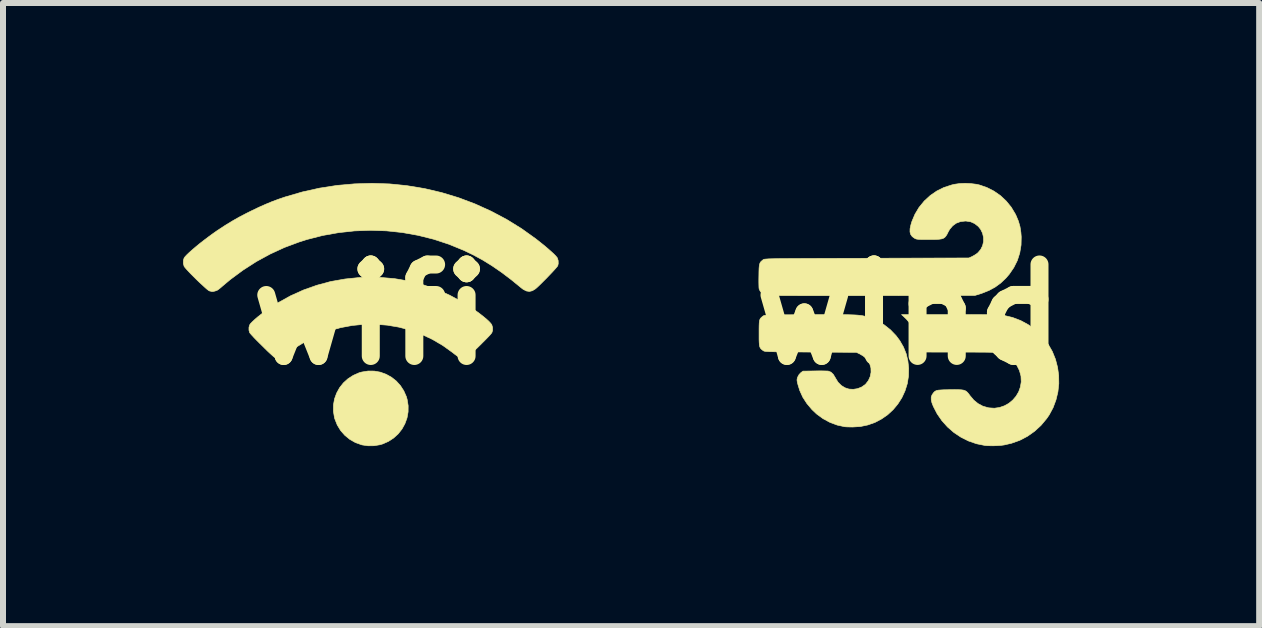
<source format=kicad_pcb>
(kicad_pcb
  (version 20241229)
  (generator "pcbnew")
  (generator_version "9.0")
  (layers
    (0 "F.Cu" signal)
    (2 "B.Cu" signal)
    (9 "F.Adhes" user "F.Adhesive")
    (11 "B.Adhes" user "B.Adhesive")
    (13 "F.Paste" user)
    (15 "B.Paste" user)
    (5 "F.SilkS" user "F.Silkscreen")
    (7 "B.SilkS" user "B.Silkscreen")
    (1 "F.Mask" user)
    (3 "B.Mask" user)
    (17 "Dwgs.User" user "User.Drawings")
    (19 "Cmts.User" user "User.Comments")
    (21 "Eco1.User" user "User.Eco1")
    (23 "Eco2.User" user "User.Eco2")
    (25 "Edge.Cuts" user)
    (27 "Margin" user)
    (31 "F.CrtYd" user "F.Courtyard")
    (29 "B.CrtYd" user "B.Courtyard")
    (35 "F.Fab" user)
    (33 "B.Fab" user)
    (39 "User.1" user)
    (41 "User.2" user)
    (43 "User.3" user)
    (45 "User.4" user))
  (footprint "wifi"
    (layer "F.Cu")
    (at 3.129 2.193)
    (property "Reference" "wifi" (at 0 0 0) (layer "F.SilkS") (effects (font (size 1.524 1.524) (thickness 0.3))))
    (attr board_only exclude_from_pos_files exclude_from_bom)
    (fp_poly (pts (xy 0.058 0.941) (xy 0.159 0.959) (xy 0.255 0.994) (xy 0.344 1.043) (xy 0.424 1.106) (xy 0.493 1.182) (xy 0.55 1.27) (xy 0.593 1.367) (xy 0.606 1.413) (xy 0.623 1.518) (xy 0.622 1.621) (xy 0.604 1.722) (xy 0.569 1.818) (xy 0.52 1.907) (xy 0.457 1.987) (xy 0.381 2.056) (xy 0.294 2.113) (xy 0.196 2.156) (xy 0.15 2.169) (xy 0.054 2.185) (xy -0.046 2.186) (xy -0.142 2.172) (xy -0.154 2.169) (xy -0.257 2.132) (xy -0.35 2.079) (xy -0.433 2.011) (xy -0.503 1.931) (xy -0.559 1.839) (xy -0.599 1.738) (xy -0.606 1.713) (xy -0.623 1.608) (xy -0.622 1.505) (xy -0.604 1.404) (xy -0.569 1.308) (xy -0.52 1.219) (xy -0.457 1.139) (xy -0.381 1.07) (xy -0.293 1.013) (xy -0.196 0.97) (xy -0.15 0.957) (xy -0.045 0.94) (xy 0.058 0.941)) (stroke (width 0.01) (type solid)) (fill yes) (layer "F.SilkS"))
    (fp_poly (pts (xy 0.158 -0.62) (xy 0.398 -0.599) (xy 0.634 -0.559) (xy 0.865 -0.5) (xy 1.091 -0.422) (xy 1.311 -0.325) (xy 1.526 -0.21) (xy 1.537 -0.204) (xy 1.607 -0.161) (xy 1.678 -0.114) (xy 1.748 -0.065) (xy 1.815 -0.016) (xy 1.876 0.032) (xy 1.929 0.076) (xy 1.971 0.115) (xy 2.001 0.148) (xy 2.016 0.169) (xy 2.03 0.215) (xy 2.03 0.263) (xy 2.018 0.301) (xy 2.006 0.317) (xy 1.983 0.344) (xy 1.95 0.379) (xy 1.91 0.42) (xy 1.864 0.466) (xy 1.817 0.513) (xy 1.769 0.56) (xy 1.722 0.605) (xy 1.68 0.644) (xy 1.644 0.677) (xy 1.617 0.7) (xy 1.601 0.712) (xy 1.599 0.713) (xy 1.563 0.721) (xy 1.522 0.722) (xy 1.485 0.717) (xy 1.472 0.712) (xy 1.456 0.701) (xy 1.428 0.681) (xy 1.394 0.656) (xy 1.368 0.635) (xy 1.201 0.515) (xy 1.027 0.413) (xy 0.846 0.328) (xy 0.66 0.26) (xy 0.469 0.209) (xy 0.276 0.176) (xy 0.081 0.161) (xy -0.115 0.162) (xy -0.31 0.181) (xy -0.503 0.217) (xy -0.692 0.27) (xy -0.878 0.341) (xy -1.058 0.429) (xy -1.231 0.535) (xy -1.368 0.635) (xy -1.404 0.663) (xy -1.437 0.688) (xy -1.461 0.705) (xy -1.472 0.712) (xy -1.5 0.72) (xy -1.538 0.722) (xy -1.577 0.719) (xy -1.602 0.712) (xy -1.616 0.703) (xy -1.641 0.681) (xy -1.675 0.65) (xy -1.716 0.612) (xy -1.761 0.568) (xy -1.808 0.521) (xy -1.856 0.474) (xy -1.902 0.428) (xy -1.943 0.386) (xy -1.977 0.349) (xy -2.002 0.321) (xy -2.017 0.303) (xy -2.018 0.301) (xy -2.03 0.26) (xy -2.03 0.213) (xy -2.019 0.173) (xy -2.004 0.15) (xy -1.974 0.119) (xy -1.933 0.081) (xy -1.882 0.037) (xy -1.822 -0.01) (xy -1.757 -0.058) (xy -1.754 -0.061) (xy -1.55 -0.195) (xy -1.339 -0.312) (xy -1.122 -0.41) (xy -0.899 -0.489) (xy -0.669 -0.551) (xy -0.432 -0.593) (xy -0.19 -0.618) (xy -0.088 -0.622) (xy 0.158 -0.62)) (stroke (width 0.01) (type solid)) (fill yes) (layer "F.SilkS"))
    (fp_poly (pts (xy 0.315 -2.178) (xy 0.606 -2.149) (xy 0.608 -2.148) (xy 0.898 -2.1) (xy 1.183 -2.033) (xy 1.463 -1.948) (xy 1.737 -1.845) (xy 2.004 -1.724) (xy 2.263 -1.587) (xy 2.512 -1.433) (xy 2.75 -1.263) (xy 2.76 -1.255) (xy 2.827 -1.202) (xy 2.892 -1.15) (xy 2.952 -1.099) (xy 3.005 -1.052) (xy 3.05 -1.011) (xy 3.083 -0.977) (xy 3.104 -0.952) (xy 3.108 -0.946) (xy 3.123 -0.9) (xy 3.124 -0.849) (xy 3.116 -0.814) (xy 3.106 -0.8) (xy 3.085 -0.775) (xy 3.055 -0.741) (xy 3.017 -0.7) (xy 2.974 -0.655) (xy 2.929 -0.608) (xy 2.883 -0.562) (xy 2.839 -0.518) (xy 2.8 -0.48) (xy 2.767 -0.449) (xy 2.742 -0.428) (xy 2.693 -0.398) (xy 2.643 -0.386) (xy 2.593 -0.394) (xy 2.54 -0.421) (xy 2.509 -0.445) (xy 2.341 -0.582) (xy 2.18 -0.704) (xy 2.023 -0.812) (xy 1.868 -0.908) (xy 1.712 -0.993) (xy 1.555 -1.069) (xy 1.304 -1.172) (xy 1.049 -1.256) (xy 0.789 -1.321) (xy 0.526 -1.368) (xy 0.261 -1.396) (xy -0.005 -1.405) (xy -0.272 -1.395) (xy -0.537 -1.366) (xy -0.801 -1.319) (xy -1.063 -1.252) (xy -1.195 -1.21) (xy -1.439 -1.119) (xy -1.678 -1.009) (xy -1.909 -0.883) (xy -2.131 -0.74) (xy -2.342 -0.584) (xy -2.472 -0.475) (xy -2.504 -0.447) (xy -2.533 -0.424) (xy -2.555 -0.408) (xy -2.56 -0.406) (xy -2.588 -0.395) (xy -2.619 -0.387) (xy -2.645 -0.384) (xy -2.652 -0.386) (xy -2.668 -0.39) (xy -2.69 -0.395) (xy -2.705 -0.404) (xy -2.731 -0.424) (xy -2.766 -0.455) (xy -2.807 -0.493) (xy -2.854 -0.536) (xy -2.902 -0.582) (xy -2.95 -0.63) (xy -2.996 -0.676) (xy -3.037 -0.719) (xy -3.071 -0.756) (xy -3.096 -0.785) (xy -3.11 -0.804) (xy -3.111 -0.806) (xy -3.124 -0.855) (xy -3.122 -0.907) (xy -3.111 -0.942) (xy -3.095 -0.965) (xy -3.065 -0.997) (xy -3.023 -1.037) (xy -2.971 -1.083) (xy -2.91 -1.135) (xy -2.844 -1.189) (xy -2.773 -1.244) (xy -2.7 -1.299) (xy -2.626 -1.353) (xy -2.555 -1.403) (xy -2.55 -1.406) (xy -2.425 -1.488) (xy -2.307 -1.56) (xy -2.189 -1.627) (xy -2.064 -1.692) (xy -1.981 -1.733) (xy -1.86 -1.791) (xy -1.749 -1.84) (xy -1.643 -1.884) (xy -1.535 -1.924) (xy -1.42 -1.963) (xy -1.415 -1.964) (xy -1.137 -2.045) (xy -0.853 -2.108) (xy -0.563 -2.153) (xy -0.271 -2.179) (xy 0.022 -2.188) (xy 0.315 -2.178)) (stroke (width 0.01) (type solid)) (fill yes) (layer "F.SilkS")))
  (footprint "wind"
    (layer "F.Cu")
    (at 12.096 2.192)
    (property "Reference" "wind" (at 0 0 0) (layer "F.SilkS") (effects (font (size 1.524 1.524) (thickness 0.3))))
    (attr through_hole)
    (fp_poly (pts (xy 0.972 0.000402) (xy 1.088 0.001) (xy 1.187 0.001) (xy 1.272 0.002) (xy 1.344 0.002) (xy 1.404 0.004) (xy 1.454 0.005) (xy 1.495 0.006) (xy 1.527 0.008) (xy 1.553 0.01) (xy 1.574 0.013) (xy 1.584 0.014) (xy 1.729 0.049) (xy 1.865 0.101) (xy 1.992 0.17) (xy 2.108 0.255) (xy 2.213 0.356) (xy 2.305 0.471) (xy 2.322 0.495) (xy 2.391 0.616) (xy 2.443 0.744) (xy 2.478 0.878) (xy 2.497 1.014) (xy 2.499 1.152) (xy 2.484 1.289) (xy 2.452 1.422) (xy 2.404 1.551) (xy 2.339 1.672) (xy 2.297 1.733) (xy 2.202 1.847) (xy 2.094 1.946) (xy 1.976 2.029) (xy 1.848 2.096) (xy 1.71 2.145) (xy 1.589 2.173) (xy 1.538 2.18) (xy 1.476 2.184) (xy 1.409 2.187) (xy 1.344 2.186) (xy 1.289 2.184) (xy 1.265 2.181) (xy 1.127 2.153) (xy 0.994 2.107) (xy 0.868 2.044) (xy 0.751 1.966) (xy 0.645 1.874) (xy 0.551 1.769) (xy 0.471 1.653) (xy 0.408 1.531) (xy 0.384 1.469) (xy 0.373 1.419) (xy 0.373 1.377) (xy 0.385 1.342) (xy 0.393 1.329) (xy 0.409 1.306) (xy 0.424 1.289) (xy 0.441 1.276) (xy 0.462 1.266) (xy 0.491 1.26) (xy 0.529 1.257) (xy 0.58 1.254) (xy 0.647 1.253) (xy 0.684 1.252) (xy 0.763 1.251) (xy 0.824 1.252) (xy 0.871 1.254) (xy 0.908 1.259) (xy 0.936 1.268) (xy 0.959 1.281) (xy 0.979 1.3) (xy 0.999 1.324) (xy 1.018 1.35) (xy 1.082 1.426) (xy 1.153 1.484) (xy 1.231 1.526) (xy 1.319 1.552) (xy 1.337 1.555) (xy 1.425 1.561) (xy 1.511 1.549) (xy 1.592 1.521) (xy 1.666 1.48) (xy 1.731 1.426) (xy 1.787 1.361) (xy 1.83 1.288) (xy 1.859 1.207) (xy 1.873 1.122) (xy 1.869 1.033) (xy 1.868 1.023) (xy 1.843 0.933) (xy 1.802 0.85) (xy 1.747 0.777) (xy 1.679 0.717) (xy 1.6 0.67) (xy 1.525 0.643) (xy 1.51 0.64) (xy 1.492 0.637) (xy 1.471 0.634) (xy 1.445 0.632) (xy 1.411 0.63) (xy 1.369 0.629) (xy 1.317 0.628) (xy 1.253 0.627) (xy 1.175 0.627) (xy 1.083 0.626) (xy 0.974 0.626) (xy 0.864 0.626) (xy 0.268 0.625) (xy 0.245 0.554) (xy 0.196 0.427) (xy 0.13 0.303) (xy 0.052 0.186) (xy -0.037 0.081) (xy -0.089 0.03) (xy -0.122 0.001) (xy 0.69 0.000286) (xy 0.84 0.000283) (xy 0.972 0.000402)) (stroke (width 0.01) (type solid)) (fill yes) (layer "F.SilkS"))
    (fp_poly (pts (xy -1.164 0.001) (xy -1.08 0.002) (xy -1.008 0.003) (xy -0.947 0.005) (xy -0.895 0.007) (xy -0.851 0.01) (xy -0.814 0.014) (xy -0.781 0.018) (xy -0.752 0.024) (xy -0.725 0.03) (xy -0.699 0.037) (xy -0.672 0.046) (xy -0.659 0.05) (xy -0.53 0.103) (xy -0.412 0.171) (xy -0.306 0.255) (xy -0.213 0.352) (xy -0.151 0.435) (xy -0.089 0.543) (xy -0.044 0.655) (xy -0.016 0.774) (xy -0.003 0.894) (xy -0.006 1.025) (xy -0.026 1.151) (xy -0.064 1.272) (xy -0.116 1.385) (xy -0.183 1.49) (xy -0.262 1.585) (xy -0.353 1.669) (xy -0.455 1.74) (xy -0.565 1.798) (xy -0.684 1.84) (xy -0.808 1.866) (xy -0.938 1.874) (xy -0.943 1.874) (xy -0.988 1.873) (xy -1.029 1.872) (xy -1.059 1.87) (xy -1.07 1.869) (xy -1.194 1.842) (xy -1.315 1.797) (xy -1.43 1.735) (xy -1.537 1.657) (xy -1.614 1.584) (xy -1.699 1.483) (xy -1.767 1.378) (xy -1.818 1.266) (xy -1.848 1.169) (xy -1.858 1.128) (xy -1.863 1.101) (xy -1.863 1.08) (xy -1.859 1.062) (xy -1.852 1.041) (xy -1.829 0.999) (xy -1.8 0.969) (xy -1.765 0.943) (xy -1.569 0.94) (xy -1.507 0.939) (xy -1.449 0.939) (xy -1.401 0.94) (xy -1.364 0.941) (xy -1.342 0.942) (xy -1.341 0.943) (xy -1.298 0.96) (xy -1.26 0.996) (xy -1.226 1.052) (xy -1.223 1.058) (xy -1.18 1.128) (xy -1.125 1.183) (xy -1.065 1.22) (xy -0.998 1.242) (xy -0.926 1.246) (xy -0.855 1.235) (xy -0.787 1.208) (xy -0.728 1.167) (xy -0.718 1.157) (xy -0.674 1.1) (xy -0.644 1.033) (xy -0.63 0.962) (xy -0.632 0.89) (xy -0.652 0.822) (xy -0.657 0.809) (xy -0.7 0.745) (xy -0.758 0.692) (xy -0.819 0.656) (xy -0.874 0.63) (xy -1.638 0.625) (xy -1.778 0.624) (xy -1.9 0.623) (xy -2.005 0.623) (xy -2.095 0.622) (xy -2.17 0.621) (xy -2.232 0.62) (xy -2.283 0.619) (xy -2.323 0.618) (xy -2.354 0.616) (xy -2.378 0.615) (xy -2.396 0.613) (xy -2.408 0.61) (xy -2.417 0.607) (xy -2.423 0.604) (xy -2.428 0.601) (xy -2.429 0.6) (xy -2.45 0.584) (xy -2.466 0.569) (xy -2.478 0.552) (xy -2.486 0.531) (xy -2.491 0.503) (xy -2.494 0.465) (xy -2.496 0.414) (xy -2.496 0.348) (xy -2.496 0.313) (xy -2.496 0.238) (xy -2.495 0.181) (xy -2.493 0.138) (xy -2.489 0.105) (xy -2.482 0.081) (xy -2.472 0.063) (xy -2.457 0.048) (xy -2.439 0.032) (xy -2.429 0.025) (xy -2.423 0.021) (xy -2.417 0.018) (xy -2.409 0.015) (xy -2.397 0.013) (xy -2.38 0.011) (xy -2.357 0.009) (xy -2.326 0.008) (xy -2.286 0.007) (xy -2.236 0.006) (xy -2.175 0.005) (xy -2.1 0.004) (xy -2.011 0.004) (xy -1.907 0.003) (xy -1.786 0.002) (xy -1.653 0.002) (xy -1.505 0.001) (xy -1.375 0.001) (xy -1.262 0.001) (xy -1.164 0.001)) (stroke (width 0.01) (type solid)) (fill yes) (layer "F.SilkS"))
    (fp_poly (pts (xy 1.036 -2.182) (xy 1.126 -2.171) (xy 1.175 -2.16) (xy 1.3 -2.117) (xy 1.418 -2.057) (xy 1.526 -1.982) (xy 1.622 -1.892) (xy 1.706 -1.789) (xy 1.774 -1.676) (xy 1.788 -1.647) (xy 1.826 -1.556) (xy 1.852 -1.466) (xy 1.867 -1.37) (xy 1.873 -1.294) (xy 1.87 -1.158) (xy 1.848 -1.026) (xy 1.808 -0.901) (xy 1.749 -0.783) (xy 1.673 -0.672) (xy 1.615 -0.605) (xy 1.529 -0.524) (xy 1.437 -0.457) (xy 1.336 -0.402) (xy 1.221 -0.356) (xy 1.185 -0.344) (xy 1.099 -0.318) (xy -0.64 -0.315) (xy -0.862 -0.315) (xy -1.065 -0.315) (xy -1.25 -0.315) (xy -1.418 -0.315) (xy -1.57 -0.315) (xy -1.706 -0.315) (xy -1.827 -0.315) (xy -1.934 -0.316) (xy -2.028 -0.316) (xy -2.109 -0.316) (xy -2.179 -0.317) (xy -2.238 -0.318) (xy -2.286 -0.319) (xy -2.326 -0.32) (xy -2.356 -0.321) (xy -2.38 -0.322) (xy -2.396 -0.324) (xy -2.405 -0.325) (xy -2.409 -0.326) (xy -2.444 -0.35) (xy -2.474 -0.384) (xy -2.494 -0.422) (xy -2.496 -0.433) (xy -2.498 -0.452) (xy -2.499 -0.488) (xy -2.5 -0.535) (xy -2.5 -0.591) (xy -2.499 -0.651) (xy -2.498 -0.721) (xy -2.496 -0.775) (xy -2.492 -0.814) (xy -2.486 -0.844) (xy -2.477 -0.866) (xy -2.464 -0.883) (xy -2.446 -0.899) (xy -2.429 -0.913) (xy -2.425 -0.915) (xy -2.421 -0.918) (xy -2.416 -0.92) (xy -2.408 -0.922) (xy -2.397 -0.923) (xy -2.381 -0.925) (xy -2.361 -0.926) (xy -2.336 -0.928) (xy -2.303 -0.929) (xy -2.263 -0.93) (xy -2.215 -0.931) (xy -2.157 -0.932) (xy -2.089 -0.932) (xy -2.01 -0.933) (xy -1.92 -0.934) (xy -1.816 -0.934) (xy -1.699 -0.935) (xy -1.567 -0.935) (xy -1.421 -0.936) (xy -1.258 -0.936) (xy -1.077 -0.937) (xy -0.879 -0.937) (xy -0.7 -0.938) (xy 1.001 -0.943) (xy 1.056 -0.968) (xy 1.095 -0.99) (xy 1.133 -1.015) (xy 1.151 -1.03) (xy 1.198 -1.085) (xy 1.229 -1.148) (xy 1.245 -1.217) (xy 1.244 -1.287) (xy 1.228 -1.356) (xy 1.196 -1.421) (xy 1.157 -1.469) (xy 1.097 -1.516) (xy 1.03 -1.546) (xy 0.954 -1.558) (xy 0.938 -1.558) (xy 0.86 -1.549) (xy 0.79 -1.523) (xy 0.73 -1.479) (xy 0.68 -1.42) (xy 0.654 -1.374) (xy 0.636 -1.337) (xy 0.618 -1.309) (xy 0.599 -1.287) (xy 0.575 -1.271) (xy 0.545 -1.261) (xy 0.504 -1.255) (xy 0.452 -1.252) (xy 0.384 -1.251) (xy 0.33 -1.251) (xy 0.262 -1.251) (xy 0.211 -1.251) (xy 0.174 -1.253) (xy 0.147 -1.255) (xy 0.127 -1.258) (xy 0.112 -1.263) (xy 0.098 -1.27) (xy 0.093 -1.273) (xy 0.056 -1.3) (xy 0.031 -1.335) (xy 0.019 -1.377) (xy 0.02 -1.43) (xy 0.034 -1.495) (xy 0.051 -1.552) (xy 0.102 -1.672) (xy 0.168 -1.783) (xy 0.252 -1.886) (xy 0.258 -1.893) (xy 0.357 -1.984) (xy 0.466 -2.059) (xy 0.585 -2.118) (xy 0.715 -2.16) (xy 0.762 -2.171) (xy 0.846 -2.183) (xy 0.94 -2.187) (xy 1.036 -2.182)) (stroke (width 0.01) (type solid)) (fill yes) (layer "F.SilkS")))
  (gr_rect
    (start -3 -3)
    (end 17.934 7.384)
    (stroke (width 0.1) (type default))
    (fill no)
    (layer "Edge.Cuts")))
</source>
